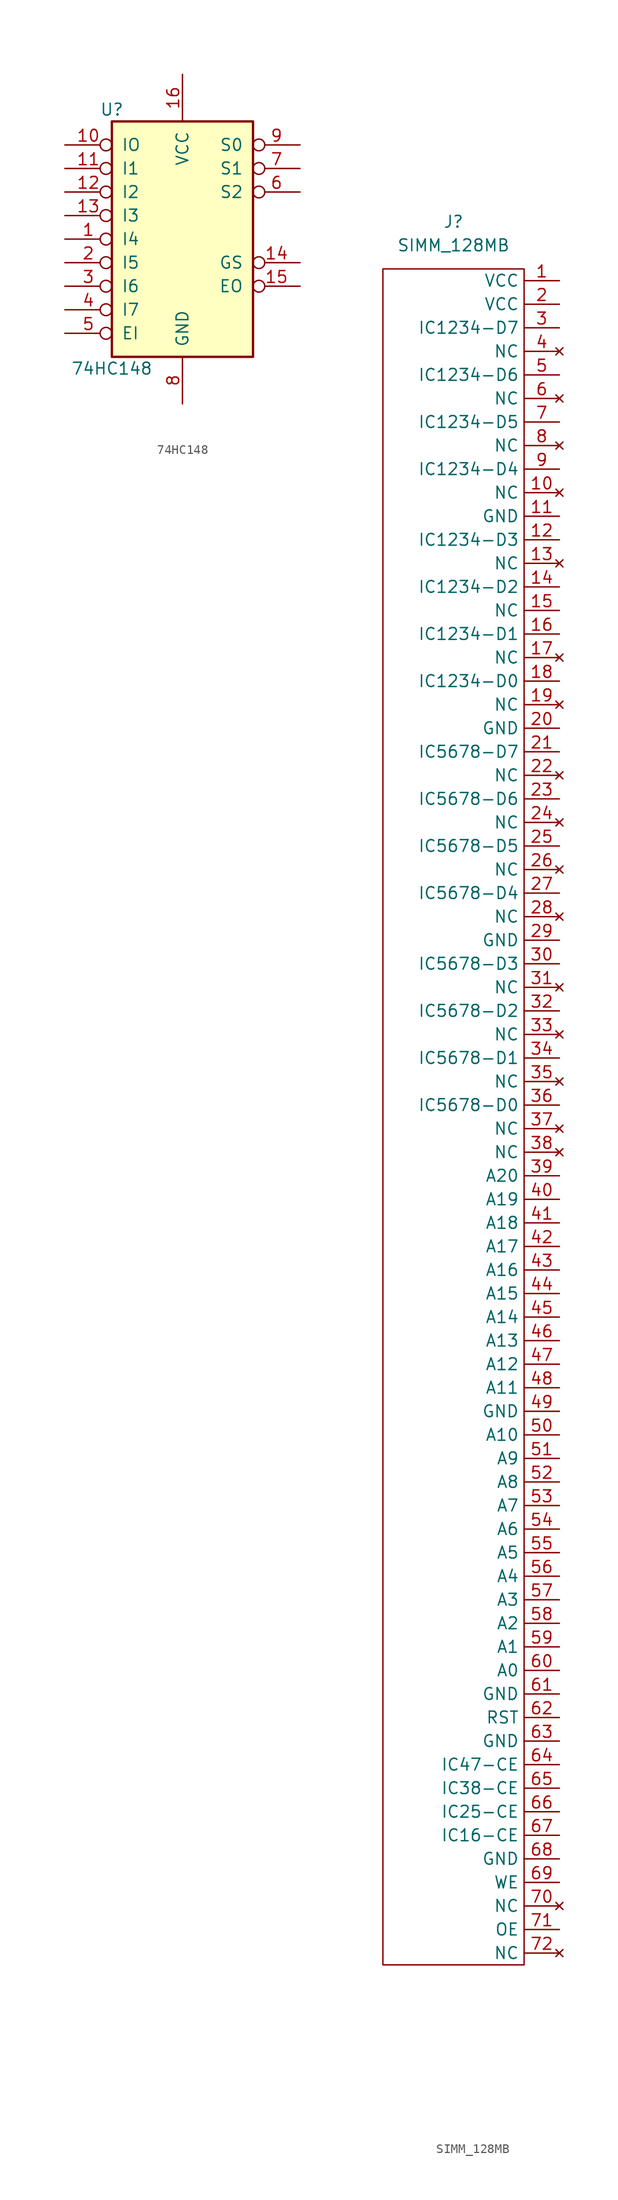
<source format=kicad_sym>
(kicad_symbol_lib
  (version 20211014)
  (generator kicad_symbol_editor)
  (symbol "74HC148"
    (pin_names
      (offset 1.016))
    (property "Reference" "U"
      (at -7.62 13.97 0)
      (effects (font (size 1.27 1.27))))
    (property "Value" "74HC148"
      (at -7.62 -13.97 0)
      (effects (font (size 1.27 1.27))))
    (property "ki_locked" ""
      (at 0 0 0)
      (effects (font (size 1.27 1.27))))
    (symbol "74HC148_1_0"
      (pin input inverted (at -12.7 0 0) (length 5.08) (name "I4" (effects (font (size 1.27 1.27)))) (number "1" (effects (font (size 1.27 1.27)))))
      (pin input inverted (at -12.7 10.16 0) (length 5.08) (name "IO" (effects (font (size 1.27 1.27)))) (number "10" (effects (font (size 1.27 1.27)))))
      (pin input inverted (at -12.7 7.62 0) (length 5.08) (name "I1" (effects (font (size 1.27 1.27)))) (number "11" (effects (font (size 1.27 1.27)))))
      (pin input inverted (at -12.7 5.08 0) (length 5.08) (name "I2" (effects (font (size 1.27 1.27)))) (number "12" (effects (font (size 1.27 1.27)))))
      (pin input inverted (at -12.7 2.54 0) (length 5.08) (name "I3" (effects (font (size 1.27 1.27)))) (number "13" (effects (font (size 1.27 1.27)))))
      (pin output inverted (at 12.7 -2.54 180) (length 5.08) (name "GS" (effects (font (size 1.27 1.27)))) (number "14" (effects (font (size 1.27 1.27)))))
      (pin output inverted (at 12.7 -5.08 180) (length 5.08) (name "EO" (effects (font (size 1.27 1.27)))) (number "15" (effects (font (size 1.27 1.27)))))
      (pin power_in line (at 0 17.78 270) (length 5.08) (name "VCC" (effects (font (size 1.27 1.27)))) (number "16" (effects (font (size 1.27 1.27)))))
      (pin input inverted (at -12.7 -2.54 0) (length 5.08) (name "I5" (effects (font (size 1.27 1.27)))) (number "2" (effects (font (size 1.27 1.27)))))
      (pin input inverted (at -12.7 -5.08 0) (length 5.08) (name "I6" (effects (font (size 1.27 1.27)))) (number "3" (effects (font (size 1.27 1.27)))))
      (pin input inverted (at -12.7 -7.62 0) (length 5.08) (name "I7" (effects (font (size 1.27 1.27)))) (number "4" (effects (font (size 1.27 1.27)))))
      (pin input inverted (at -12.7 -10.16 0) (length 5.08) (name "EI" (effects (font (size 1.27 1.27)))) (number "5" (effects (font (size 1.27 1.27)))))
      (pin output inverted (at 12.7 5.08 180) (length 5.08) (name "S2" (effects (font (size 1.27 1.27)))) (number "6" (effects (font (size 1.27 1.27)))))
      (pin output inverted (at 12.7 7.62 180) (length 5.08) (name "S1" (effects (font (size 1.27 1.27)))) (number "7" (effects (font (size 1.27 1.27)))))
      (pin power_in line (at 0 -17.78 90) (length 5.08) (name "GND" (effects (font (size 1.27 1.27)))) (number "8" (effects (font (size 1.27 1.27)))))
      (pin output inverted (at 12.7 10.16 180) (length 5.08) (name "S0" (effects (font (size 1.27 1.27)))) (number "9" (effects (font (size 1.27 1.27))))))
    (symbol "74HC148_1_1"
      (rectangle (start -7.62 12.7) (end 7.62 -12.7) (stroke (width 0.254) (type default) (color 0 0 0 0)) (fill (type background)))))
  (symbol "SIMM_128MB"
    (property "Reference" "J"
      (at 0 93.98 0)
      (effects (font (size 1.27 1.27))))
    (property "Value" "SIMM_128MB"
      (at 0 91.44 0)
      (effects (font (size 1.27 1.27))))
    (symbol "SIMM_128MB_0_1"
      (rectangle (start -7.62 88.9) (end 7.62 -93.98) (stroke (width 0) (type default) (color 0 0 0 0)) (fill (type none))))
    (symbol "SIMM_128MB_1_1"
      (pin input line (at 11.43 87.63 180) (length 3.81) (name "VCC" (effects (font (size 1.27 1.27)))) (number "1" (effects (font (size 1.27 1.27)))))
      (pin no_connect line (at 11.43 64.77 180) (length 3.81) (name "NC" (effects (font (size 1.27 1.27)))) (number "10" (effects (font (size 1.27 1.27)))))
      (pin input line (at 11.43 62.23 180) (length 3.81) (name "GND" (effects (font (size 1.27 1.27)))) (number "11" (effects (font (size 1.27 1.27)))))
      (pin input line (at 11.43 59.69 180) (length 3.81) (name "IC1234-D3" (effects (font (size 1.27 1.27)))) (number "12" (effects (font (size 1.27 1.27)))))
      (pin no_connect line (at 11.43 57.15 180) (length 3.81) (name "NC" (effects (font (size 1.27 1.27)))) (number "13" (effects (font (size 1.27 1.27)))))
      (pin input line (at 11.43 54.61 180) (length 3.81) (name "IC1234-D2" (effects (font (size 1.27 1.27)))) (number "14" (effects (font (size 1.27 1.27)))))
      (pin output line (at 11.43 52.07 180) (length 3.81) (name "NC" (effects (font (size 1.27 1.27)))) (number "15" (effects (font (size 1.27 1.27)))))
      (pin input line (at 11.43 49.53 180) (length 3.81) (name "IC1234-D1" (effects (font (size 1.27 1.27)))) (number "16" (effects (font (size 1.27 1.27)))))
      (pin no_connect line (at 11.43 46.99 180) (length 3.81) (name "NC" (effects (font (size 1.27 1.27)))) (number "17" (effects (font (size 1.27 1.27)))))
      (pin input line (at 11.43 44.45 180) (length 3.81) (name "IC1234-D0" (effects (font (size 1.27 1.27)))) (number "18" (effects (font (size 1.27 1.27)))))
      (pin no_connect line (at 11.43 41.91 180) (length 3.81) (name "NC" (effects (font (size 1.27 1.27)))) (number "19" (effects (font (size 1.27 1.27)))))
      (pin input line (at 11.43 85.09 180) (length 3.81) (name "VCC" (effects (font (size 1.27 1.27)))) (number "2" (effects (font (size 1.27 1.27)))))
      (pin input line (at 11.43 39.37 180) (length 3.81) (name "GND" (effects (font (size 1.27 1.27)))) (number "20" (effects (font (size 1.27 1.27)))))
      (pin input line (at 11.43 36.83 180) (length 3.81) (name "IC5678-D7" (effects (font (size 1.27 1.27)))) (number "21" (effects (font (size 1.27 1.27)))))
      (pin no_connect line (at 11.43 34.29 180) (length 3.81) (name "NC" (effects (font (size 1.27 1.27)))) (number "22" (effects (font (size 1.27 1.27)))))
      (pin input line (at 11.43 31.75 180) (length 3.81) (name "IC5678-D6" (effects (font (size 1.27 1.27)))) (number "23" (effects (font (size 1.27 1.27)))))
      (pin no_connect line (at 11.43 29.21 180) (length 3.81) (name "NC" (effects (font (size 1.27 1.27)))) (number "24" (effects (font (size 1.27 1.27)))))
      (pin input line (at 11.43 26.67 180) (length 3.81) (name "IC5678-D5" (effects (font (size 1.27 1.27)))) (number "25" (effects (font (size 1.27 1.27)))))
      (pin no_connect line (at 11.43 24.13 180) (length 3.81) (name "NC" (effects (font (size 1.27 1.27)))) (number "26" (effects (font (size 1.27 1.27)))))
      (pin input line (at 11.43 21.59 180) (length 3.81) (name "IC5678-D4" (effects (font (size 1.27 1.27)))) (number "27" (effects (font (size 1.27 1.27)))))
      (pin no_connect line (at 11.43 19.05 180) (length 3.81) (name "NC" (effects (font (size 1.27 1.27)))) (number "28" (effects (font (size 1.27 1.27)))))
      (pin input line (at 11.43 16.51 180) (length 3.81) (name "GND" (effects (font (size 1.27 1.27)))) (number "29" (effects (font (size 1.27 1.27)))))
      (pin input line (at 11.43 82.55 180) (length 3.81) (name "IC1234-D7" (effects (font (size 1.27 1.27)))) (number "3" (effects (font (size 1.27 1.27)))))
      (pin input line (at 11.43 13.97 180) (length 3.81) (name "IC5678-D3" (effects (font (size 1.27 1.27)))) (number "30" (effects (font (size 1.27 1.27)))))
      (pin no_connect line (at 11.43 11.43 180) (length 3.81) (name "NC" (effects (font (size 1.27 1.27)))) (number "31" (effects (font (size 1.27 1.27)))))
      (pin input line (at 11.43 8.89 180) (length 3.81) (name "IC5678-D2" (effects (font (size 1.27 1.27)))) (number "32" (effects (font (size 1.27 1.27)))))
      (pin no_connect line (at 11.43 6.35 180) (length 3.81) (name "NC" (effects (font (size 1.27 1.27)))) (number "33" (effects (font (size 1.27 1.27)))))
      (pin input line (at 11.43 3.81 180) (length 3.81) (name "IC5678-D1" (effects (font (size 1.27 1.27)))) (number "34" (effects (font (size 1.27 1.27)))))
      (pin no_connect line (at 11.43 1.27 180) (length 3.81) (name "NC" (effects (font (size 1.27 1.27)))) (number "35" (effects (font (size 1.27 1.27)))))
      (pin input line (at 11.43 -1.27 180) (length 3.81) (name "IC5678-D0" (effects (font (size 1.27 1.27)))) (number "36" (effects (font (size 1.27 1.27)))))
      (pin no_connect line (at 11.43 -3.81 180) (length 3.81) (name "NC" (effects (font (size 1.27 1.27)))) (number "37" (effects (font (size 1.27 1.27)))))
      (pin no_connect line (at 11.43 -6.35 180) (length 3.81) (name "NC" (effects (font (size 1.27 1.27)))) (number "38" (effects (font (size 1.27 1.27)))))
      (pin output line (at 11.43 -8.89 180) (length 3.81) (name "A20" (effects (font (size 1.27 1.27)))) (number "39" (effects (font (size 1.27 1.27)))))
      (pin no_connect line (at 11.43 80.01 180) (length 3.81) (name "NC" (effects (font (size 1.27 1.27)))) (number "4" (effects (font (size 1.27 1.27)))))
      (pin output line (at 11.43 -11.43 180) (length 3.81) (name "A19" (effects (font (size 1.27 1.27)))) (number "40" (effects (font (size 1.27 1.27)))))
      (pin output line (at 11.43 -13.97 180) (length 3.81) (name "A18" (effects (font (size 1.27 1.27)))) (number "41" (effects (font (size 1.27 1.27)))))
      (pin output line (at 11.43 -16.51 180) (length 3.81) (name "A17" (effects (font (size 1.27 1.27)))) (number "42" (effects (font (size 1.27 1.27)))))
      (pin output line (at 11.43 -19.05 180) (length 3.81) (name "A16" (effects (font (size 1.27 1.27)))) (number "43" (effects (font (size 1.27 1.27)))))
      (pin output line (at 11.43 -21.59 180) (length 3.81) (name "A15" (effects (font (size 1.27 1.27)))) (number "44" (effects (font (size 1.27 1.27)))))
      (pin output line (at 11.43 -24.13 180) (length 3.81) (name "A14" (effects (font (size 1.27 1.27)))) (number "45" (effects (font (size 1.27 1.27)))))
      (pin output line (at 11.43 -26.67 180) (length 3.81) (name "A13" (effects (font (size 1.27 1.27)))) (number "46" (effects (font (size 1.27 1.27)))))
      (pin output line (at 11.43 -29.21 180) (length 3.81) (name "A12" (effects (font (size 1.27 1.27)))) (number "47" (effects (font (size 1.27 1.27)))))
      (pin output line (at 11.43 -31.75 180) (length 3.81) (name "A11" (effects (font (size 1.27 1.27)))) (number "48" (effects (font (size 1.27 1.27)))))
      (pin input line (at 11.43 -34.29 180) (length 3.81) (name "GND" (effects (font (size 1.27 1.27)))) (number "49" (effects (font (size 1.27 1.27)))))
      (pin input line (at 11.43 77.47 180) (length 3.81) (name "IC1234-D6" (effects (font (size 1.27 1.27)))) (number "5" (effects (font (size 1.27 1.27)))))
      (pin output line (at 11.43 -36.83 180) (length 3.81) (name "A10" (effects (font (size 1.27 1.27)))) (number "50" (effects (font (size 1.27 1.27)))))
      (pin output line (at 11.43 -39.37 180) (length 3.81) (name "A9" (effects (font (size 1.27 1.27)))) (number "51" (effects (font (size 1.27 1.27)))))
      (pin output line (at 11.43 -41.91 180) (length 3.81) (name "A8" (effects (font (size 1.27 1.27)))) (number "52" (effects (font (size 1.27 1.27)))))
      (pin output line (at 11.43 -44.45 180) (length 3.81) (name "A7" (effects (font (size 1.27 1.27)))) (number "53" (effects (font (size 1.27 1.27)))))
      (pin output line (at 11.43 -46.99 180) (length 3.81) (name "A6" (effects (font (size 1.27 1.27)))) (number "54" (effects (font (size 1.27 1.27)))))
      (pin output line (at 11.43 -49.53 180) (length 3.81) (name "A5" (effects (font (size 1.27 1.27)))) (number "55" (effects (font (size 1.27 1.27)))))
      (pin output line (at 11.43 -52.07 180) (length 3.81) (name "A4" (effects (font (size 1.27 1.27)))) (number "56" (effects (font (size 1.27 1.27)))))
      (pin output line (at 11.43 -54.61 180) (length 3.81) (name "A3" (effects (font (size 1.27 1.27)))) (number "57" (effects (font (size 1.27 1.27)))))
      (pin output line (at 11.43 -57.15 180) (length 3.81) (name "A2" (effects (font (size 1.27 1.27)))) (number "58" (effects (font (size 1.27 1.27)))))
      (pin output line (at 11.43 -59.69 180) (length 3.81) (name "A1" (effects (font (size 1.27 1.27)))) (number "59" (effects (font (size 1.27 1.27)))))
      (pin no_connect line (at 11.43 74.93 180) (length 3.81) (name "NC" (effects (font (size 1.27 1.27)))) (number "6" (effects (font (size 1.27 1.27)))))
      (pin output line (at 11.43 -62.23 180) (length 3.81) (name "A0" (effects (font (size 1.27 1.27)))) (number "60" (effects (font (size 1.27 1.27)))))
      (pin input line (at 11.43 -64.77 180) (length 3.81) (name "GND" (effects (font (size 1.27 1.27)))) (number "61" (effects (font (size 1.27 1.27)))))
      (pin output line (at 11.43 -67.31 180) (length 3.81) (name "RST" (effects (font (size 1.27 1.27)))) (number "62" (effects (font (size 1.27 1.27)))))
      (pin input line (at 11.43 -69.85 180) (length 3.81) (name "GND" (effects (font (size 1.27 1.27)))) (number "63" (effects (font (size 1.27 1.27)))))
      (pin output line (at 11.43 -72.39 180) (length 3.81) (name "IC47-CE" (effects (font (size 1.27 1.27)))) (number "64" (effects (font (size 1.27 1.27)))))
      (pin output line (at 11.43 -74.93 180) (length 3.81) (name "IC38-CE" (effects (font (size 1.27 1.27)))) (number "65" (effects (font (size 1.27 1.27)))))
      (pin output line (at 11.43 -77.47 180) (length 3.81) (name "IC25-CE" (effects (font (size 1.27 1.27)))) (number "66" (effects (font (size 1.27 1.27)))))
      (pin output line (at 11.43 -80.01 180) (length 3.81) (name "IC16-CE" (effects (font (size 1.27 1.27)))) (number "67" (effects (font (size 1.27 1.27)))))
      (pin input line (at 11.43 -82.55 180) (length 3.81) (name "GND" (effects (font (size 1.27 1.27)))) (number "68" (effects (font (size 1.27 1.27)))))
      (pin output line (at 11.43 -85.09 180) (length 3.81) (name "WE" (effects (font (size 1.27 1.27)))) (number "69" (effects (font (size 1.27 1.27)))))
      (pin input line (at 11.43 72.39 180) (length 3.81) (name "IC1234-D5" (effects (font (size 1.27 1.27)))) (number "7" (effects (font (size 1.27 1.27)))))
      (pin no_connect line (at 11.43 -87.63 180) (length 3.81) (name "NC" (effects (font (size 1.27 1.27)))) (number "70" (effects (font (size 1.27 1.27)))))
      (pin output line (at 11.43 -90.17 180) (length 3.81) (name "OE" (effects (font (size 1.27 1.27)))) (number "71" (effects (font (size 1.27 1.27)))))
      (pin no_connect line (at 11.43 -92.71 180) (length 3.81) (name "NC" (effects (font (size 1.27 1.27)))) (number "72" (effects (font (size 1.27 1.27)))))
      (pin no_connect line (at 11.43 69.85 180) (length 3.81) (name "NC" (effects (font (size 1.27 1.27)))) (number "8" (effects (font (size 1.27 1.27)))))
      (pin input line (at 11.43 67.31 180) (length 3.81) (name "IC1234-D4" (effects (font (size 1.27 1.27)))) (number "9" (effects (font (size 1.27 1.27))))))))
</source>
